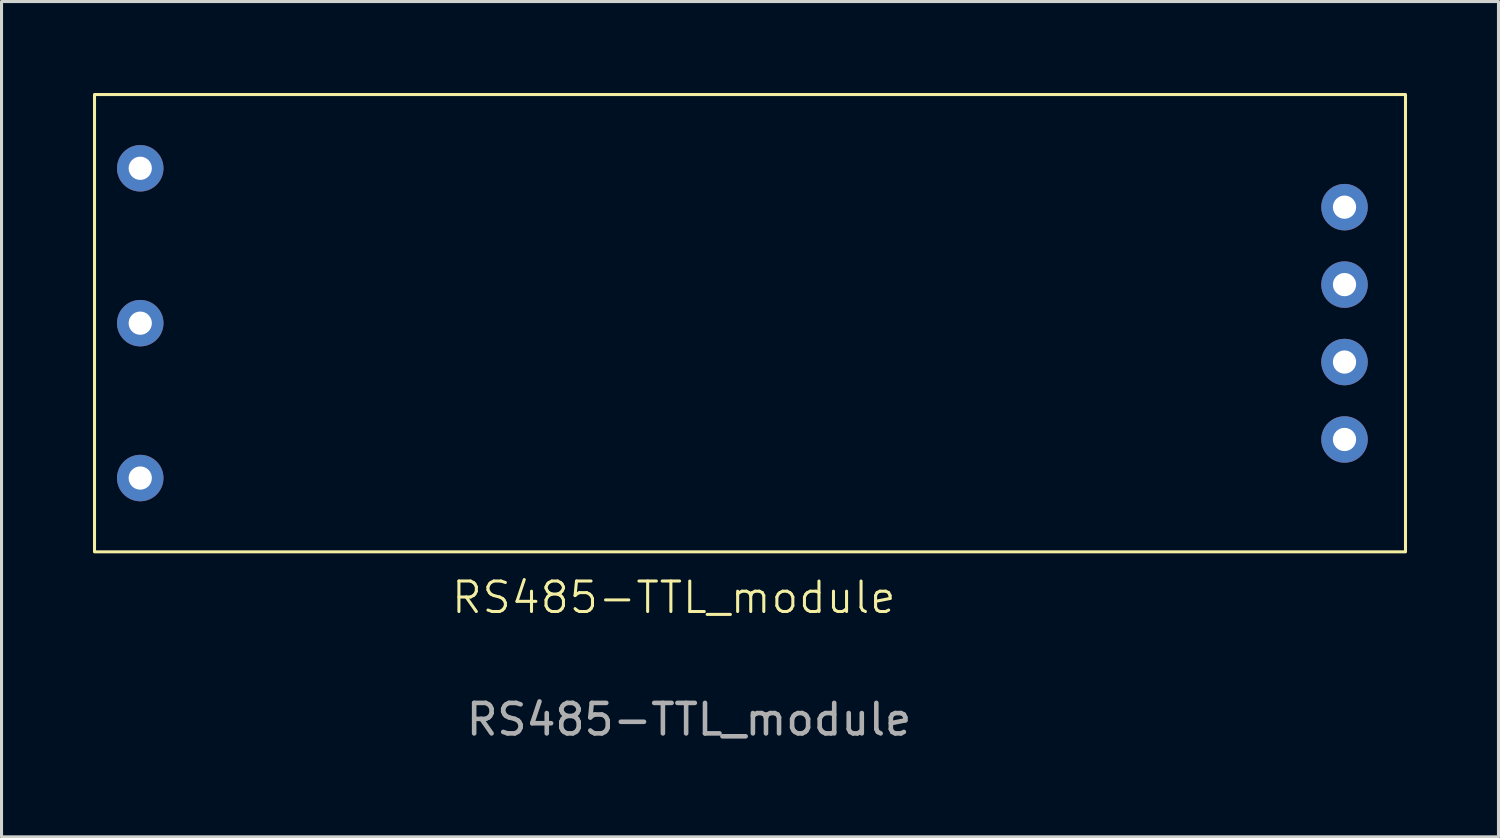
<source format=kicad_pcb>
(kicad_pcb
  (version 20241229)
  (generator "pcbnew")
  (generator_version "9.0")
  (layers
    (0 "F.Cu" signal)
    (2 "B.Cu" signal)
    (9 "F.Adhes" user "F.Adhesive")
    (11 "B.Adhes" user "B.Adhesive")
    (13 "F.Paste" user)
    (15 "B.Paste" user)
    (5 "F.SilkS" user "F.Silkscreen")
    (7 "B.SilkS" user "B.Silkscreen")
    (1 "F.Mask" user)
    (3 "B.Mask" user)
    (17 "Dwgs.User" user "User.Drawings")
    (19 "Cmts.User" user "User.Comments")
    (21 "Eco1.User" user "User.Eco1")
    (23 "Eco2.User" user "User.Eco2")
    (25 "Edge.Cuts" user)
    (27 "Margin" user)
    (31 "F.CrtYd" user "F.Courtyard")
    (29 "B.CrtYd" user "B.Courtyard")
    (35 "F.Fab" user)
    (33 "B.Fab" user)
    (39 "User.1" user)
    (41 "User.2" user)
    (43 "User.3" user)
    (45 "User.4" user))
  (footprint "RS485-TTL_module"
    (layer "F.Cu")
    (at 20.05 7.55)
    (property "Reference" "RS485-TTL_module" (at -1 9 0) (unlocked yes) (layer "F.SilkS") (effects (font (size 1 1) (thickness 0.1))))
    (attr smd)
    (fp_rect (start -20 -7.5) (end 23 7.5) (stroke (width 0.1) (type default)) (fill no) (layer "F.SilkS"))
    (fp_text user "${REFERENCE}" (at -0.5 13 0) (unlocked yes) (layer "F.Fab") (effects (font (size 1 1) (thickness 0.15))))
    (pad "1" thru_hole circle (at 21 3.815 270) (size 1.524 1.524) (drill 0.762) (layers "*.Cu" "*.Mask"))
    (pad "2" thru_hole circle (at 21 1.275 270) (size 1.524 1.524) (drill 0.762) (layers "*.Cu" "*.Mask"))
    (pad "3" thru_hole circle (at 21 -1.265 270) (size 1.524 1.524) (drill 0.762) (layers "*.Cu" "*.Mask"))
    (pad "4" thru_hole circle (at 21 -3.805 270) (size 1.524 1.524) (drill 0.762) (layers "*.Cu" "*.Mask"))
    (pad "5" thru_hole circle (at -18.5 5.08 270) (size 1.524 1.524) (drill 0.762) (layers "*.Cu" "*.Mask"))
    (pad "6" thru_hole circle (at -18.5 0 270) (size 1.524 1.524) (drill 0.762) (layers "*.Cu" "*.Mask"))
    (pad "7" thru_hole circle (at -18.5 -5.08 270) (size 1.524 1.524) (drill 0.762) (layers "*.Cu" "*.Mask")))
  (gr_rect
    (start -3 -3)
    (end 46.1 24.398)
    (stroke (width 0.1) (type default))
    (fill no)
    (layer "Edge.Cuts")))
</source>
